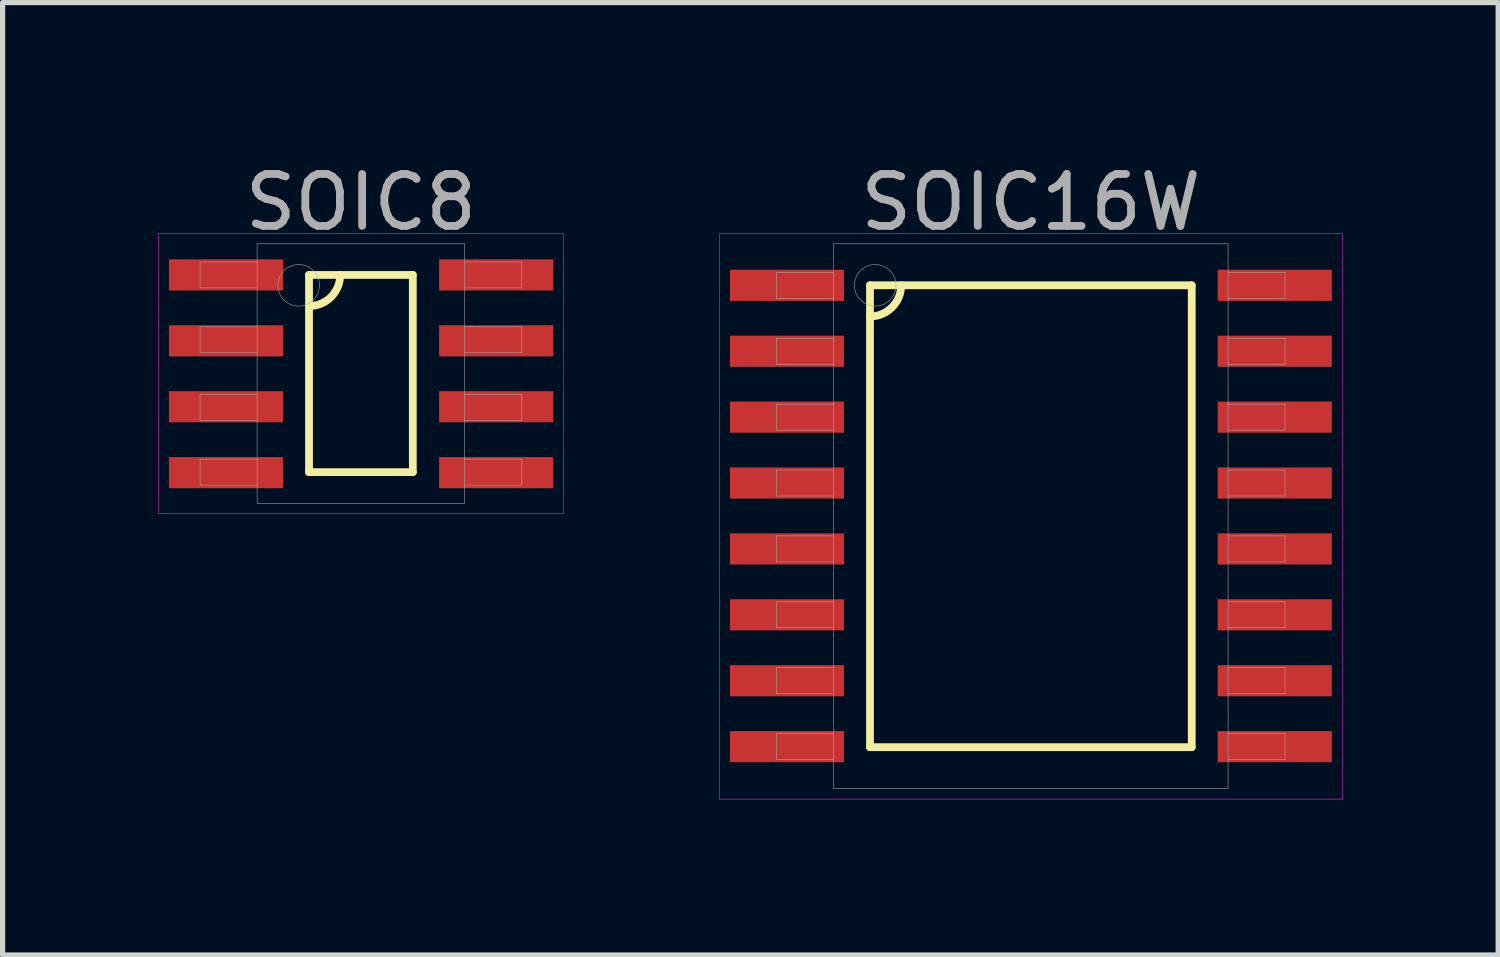
<source format=kicad_pcb>
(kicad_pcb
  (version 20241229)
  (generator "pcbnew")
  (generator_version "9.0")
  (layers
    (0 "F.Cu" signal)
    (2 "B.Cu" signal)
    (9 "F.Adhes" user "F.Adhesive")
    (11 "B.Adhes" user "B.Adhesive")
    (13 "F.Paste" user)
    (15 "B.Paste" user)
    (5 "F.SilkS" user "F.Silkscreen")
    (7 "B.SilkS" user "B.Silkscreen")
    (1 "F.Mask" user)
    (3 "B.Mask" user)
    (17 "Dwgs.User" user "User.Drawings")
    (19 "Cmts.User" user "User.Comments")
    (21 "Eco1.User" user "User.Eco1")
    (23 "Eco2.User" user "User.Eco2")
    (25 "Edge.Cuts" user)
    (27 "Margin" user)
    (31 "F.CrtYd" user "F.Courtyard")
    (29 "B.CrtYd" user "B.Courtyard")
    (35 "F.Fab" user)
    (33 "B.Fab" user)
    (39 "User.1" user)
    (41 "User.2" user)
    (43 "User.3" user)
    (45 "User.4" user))
  (footprint "SOIC8"
    (layer "F.Cu")
    (at 3.905 4.148)
    (property "Reference" "SOIC8" (at 0 -3.3 0) (layer "F.Fab") (effects (font (size 1 1) (thickness 0.15))))
    (attr through_hole)
    (fp_line (start -1 -1.9) (end -1 1.9) (stroke (width 0.15) (type solid)) (layer "F.SilkS"))
    (fp_line (start 1 -1.9) (end -1 -1.9) (stroke (width 0.15) (type solid)) (layer "F.SilkS"))
    (fp_line (start 1 -1.9) (end 1 1.9) (stroke (width 0.15) (type solid)) (layer "F.SilkS"))
    (fp_line (start 1 1.9) (end -1 1.9) (stroke (width 0.15) (type solid)) (layer "F.SilkS"))
    (fp_arc (start -0.4 -1.9) (mid -0.575736 -1.475736) (end -1 -1.3) (stroke (width 0.15) (type solid)) (layer "F.SilkS"))
    (fp_line (start -3.9 -2.7) (end -3.9 2.7) (stroke (width 0.01) (type solid)) (layer "F.CrtYd"))
    (fp_line (start -3.9 -2.7) (end 3.9 -2.7) (stroke (width 0.01) (type solid)) (layer "F.CrtYd"))
    (fp_line (start 3.9 -2.7) (end 3.9 2.7) (stroke (width 0.01) (type solid)) (layer "F.CrtYd"))
    (fp_line (start 3.9 2.7) (end -3.9 2.7) (stroke (width 0.01) (type solid)) (layer "F.CrtYd"))
    (fp_line (start -3.1 -2.15) (end -3.1 -1.65) (stroke (width 0.01) (type solid)) (layer "F.Fab"))
    (fp_line (start -3.1 -1.65) (end -2 -1.65) (stroke (width 0.01) (type solid)) (layer "F.Fab"))
    (fp_line (start -3.1 -0.9) (end -3.1 -0.4) (stroke (width 0.01) (type solid)) (layer "F.Fab"))
    (fp_line (start -3.1 -0.4) (end -2 -0.4) (stroke (width 0.01) (type solid)) (layer "F.Fab"))
    (fp_line (start -3.1 0.4) (end -3.1 0.9) (stroke (width 0.01) (type solid)) (layer "F.Fab"))
    (fp_line (start -3.1 0.9) (end -2 0.9) (stroke (width 0.01) (type solid)) (layer "F.Fab"))
    (fp_line (start -3.1 1.65) (end -3.1 2.15) (stroke (width 0.01) (type solid)) (layer "F.Fab"))
    (fp_line (start -3.1 2.15) (end -2 2.15) (stroke (width 0.01) (type solid)) (layer "F.Fab"))
    (fp_line (start -2 -2.5) (end -2 2.5) (stroke (width 0.01) (type solid)) (layer "F.Fab"))
    (fp_line (start -2 -2.15) (end -3.1 -2.15) (stroke (width 0.01) (type solid)) (layer "F.Fab"))
    (fp_line (start -2 -0.9) (end -3.1 -0.9) (stroke (width 0.01) (type solid)) (layer "F.Fab"))
    (fp_line (start -2 0.4) (end -3.1 0.4) (stroke (width 0.01) (type solid)) (layer "F.Fab"))
    (fp_line (start -2 1.65) (end -3.1 1.65) (stroke (width 0.01) (type solid)) (layer "F.Fab"))
    (fp_line (start -2 2.5) (end 2 2.5) (stroke (width 0.01) (type solid)) (layer "F.Fab"))
    (fp_line (start 2 -2.5) (end -2 -2.5) (stroke (width 0.01) (type solid)) (layer "F.Fab"))
    (fp_line (start 2 -1.65) (end 3.1 -1.65) (stroke (width 0.01) (type solid)) (layer "F.Fab"))
    (fp_line (start 2 -0.4) (end 3.1 -0.4) (stroke (width 0.01) (type solid)) (layer "F.Fab"))
    (fp_line (start 2 0.9) (end 3.1 0.9) (stroke (width 0.01) (type solid)) (layer "F.Fab"))
    (fp_line (start 2 2.15) (end 3.1 2.15) (stroke (width 0.01) (type solid)) (layer "F.Fab"))
    (fp_line (start 2 2.5) (end 2 -2.5) (stroke (width 0.01) (type solid)) (layer "F.Fab"))
    (fp_line (start 3.1 -2.15) (end 2 -2.15) (stroke (width 0.01) (type solid)) (layer "F.Fab"))
    (fp_line (start 3.1 -1.65) (end 3.1 -2.15) (stroke (width 0.01) (type solid)) (layer "F.Fab"))
    (fp_line (start 3.1 -0.9) (end 2 -0.9) (stroke (width 0.01) (type solid)) (layer "F.Fab"))
    (fp_line (start 3.1 -0.4) (end 3.1 -0.9) (stroke (width 0.01) (type solid)) (layer "F.Fab"))
    (fp_line (start 3.1 0.4) (end 2 0.4) (stroke (width 0.01) (type solid)) (layer "F.Fab"))
    (fp_line (start 3.1 0.9) (end 3.1 0.4) (stroke (width 0.01) (type solid)) (layer "F.Fab"))
    (fp_line (start 3.1 1.65) (end 2 1.65) (stroke (width 0.01) (type solid)) (layer "F.Fab"))
    (fp_line (start 3.1 2.15) (end 3.1 1.65) (stroke (width 0.01) (type solid)) (layer "F.Fab"))
    (fp_circle (center -1.2 -1.7) (end -1.6 -1.7) (stroke (width 0.01) (type solid)) (fill no) (layer "F.Fab"))
    (pad "1" smd rect (at -2.6 -1.9) (size 2.2 0.6) (layers "F.Cu" "F.Mask" "F.Paste"))
    (pad "2" smd rect (at -2.6 -0.63) (size 2.2 0.6) (layers "F.Cu" "F.Mask" "F.Paste"))
    (pad "3" smd rect (at -2.6 0.64) (size 2.2 0.6) (layers "F.Cu" "F.Mask" "F.Paste"))
    (pad "4" smd rect (at -2.6 1.91) (size 2.2 0.6) (layers "F.Cu" "F.Mask" "F.Paste"))
    (pad "5" smd rect (at 2.607 1.91) (size 2.2 0.6) (layers "F.Cu" "F.Mask" "F.Paste"))
    (pad "6" smd rect (at 2.607 0.64) (size 2.2 0.6) (layers "F.Cu" "F.Mask" "F.Paste"))
    (pad "7" smd rect (at 2.607 -0.63) (size 2.2 0.6) (layers "F.Cu" "F.Mask" "F.Paste"))
    (pad "8" smd rect (at 2.607 -1.9) (size 2.2 0.6) (layers "F.Cu" "F.Mask" "F.Paste")))
  (footprint "SOIC16W"
    (layer "F.Cu")
    (at 16.815 6.898)
    (property "Reference" "SOIC16W" (at 0 -6.05 0) (layer "F.Fab") (effects (font (size 1 1) (thickness 0.15))))
    (attr through_hole)
    (fp_line (start -3.1 -4.45) (end 3.1 -4.45) (stroke (width 0.15) (type solid)) (layer "F.SilkS"))
    (fp_line (start -3.1 4.45) (end -3.1 -4.45) (stroke (width 0.15) (type solid)) (layer "F.SilkS"))
    (fp_line (start 3.1 -4.45) (end 3.1 4.45) (stroke (width 0.15) (type solid)) (layer "F.SilkS"))
    (fp_line (start 3.1 4.45) (end -3.1 4.45) (stroke (width 0.15) (type solid)) (layer "F.SilkS"))
    (fp_arc (start -2.5 -4.45) (mid -2.675736 -4.025736) (end -3.1 -3.85) (stroke (width 0.15) (type solid)) (layer "F.SilkS"))
    (fp_line (start -6 -5.45) (end 6 -5.45) (stroke (width 0.01) (type solid)) (layer "F.CrtYd"))
    (fp_line (start -6 5.45) (end -6 -5.45) (stroke (width 0.01) (type solid)) (layer "F.CrtYd"))
    (fp_line (start 6 -5.45) (end 6 5.45) (stroke (width 0.01) (type solid)) (layer "F.CrtYd"))
    (fp_line (start 6 5.45) (end -6 5.45) (stroke (width 0.01) (type solid)) (layer "F.CrtYd"))
    (fp_line (start -4.9 -4.7) (end -4.9 -4.2) (stroke (width 0.01) (type solid)) (layer "F.Fab"))
    (fp_line (start -4.9 -4.2) (end -3.8 -4.2) (stroke (width 0.01) (type solid)) (layer "F.Fab"))
    (fp_line (start -4.9 -3.43) (end -4.9 -2.93) (stroke (width 0.01) (type solid)) (layer "F.Fab"))
    (fp_line (start -4.9 -2.93) (end -3.8 -2.93) (stroke (width 0.01) (type solid)) (layer "F.Fab"))
    (fp_line (start -4.9 -2.16) (end -4.9 -1.66) (stroke (width 0.01) (type solid)) (layer "F.Fab"))
    (fp_line (start -4.9 -1.66) (end -3.8 -1.66) (stroke (width 0.01) (type solid)) (layer "F.Fab"))
    (fp_line (start -4.9 -0.89) (end -4.9 -0.39) (stroke (width 0.01) (type solid)) (layer "F.Fab"))
    (fp_line (start -4.9 -0.39) (end -3.8 -0.39) (stroke (width 0.01) (type solid)) (layer "F.Fab"))
    (fp_line (start -4.9 0.38) (end -4.9 0.88) (stroke (width 0.01) (type solid)) (layer "F.Fab"))
    (fp_line (start -4.9 0.88) (end -3.8 0.88) (stroke (width 0.01) (type solid)) (layer "F.Fab"))
    (fp_line (start -4.9 1.65) (end -4.9 2.15) (stroke (width 0.01) (type solid)) (layer "F.Fab"))
    (fp_line (start -4.9 2.15) (end -3.8 2.15) (stroke (width 0.01) (type solid)) (layer "F.Fab"))
    (fp_line (start -4.9 2.92) (end -4.9 3.42) (stroke (width 0.01) (type solid)) (layer "F.Fab"))
    (fp_line (start -4.9 3.42) (end -3.8 3.42) (stroke (width 0.01) (type solid)) (layer "F.Fab"))
    (fp_line (start -4.9 4.19) (end -4.9 4.69) (stroke (width 0.01) (type solid)) (layer "F.Fab"))
    (fp_line (start -4.9 4.69) (end -3.8 4.69) (stroke (width 0.01) (type solid)) (layer "F.Fab"))
    (fp_line (start -3.8 -5.25) (end -3.8 5.25) (stroke (width 0.01) (type solid)) (layer "F.Fab"))
    (fp_line (start -3.8 -4.7) (end -4.9 -4.7) (stroke (width 0.01) (type solid)) (layer "F.Fab"))
    (fp_line (start -3.8 -3.43) (end -4.9 -3.43) (stroke (width 0.01) (type solid)) (layer "F.Fab"))
    (fp_line (start -3.8 -2.16) (end -4.9 -2.16) (stroke (width 0.01) (type solid)) (layer "F.Fab"))
    (fp_line (start -3.8 -0.89) (end -4.9 -0.89) (stroke (width 0.01) (type solid)) (layer "F.Fab"))
    (fp_line (start -3.8 0.38) (end -4.9 0.38) (stroke (width 0.01) (type solid)) (layer "F.Fab"))
    (fp_line (start -3.8 1.65) (end -4.9 1.65) (stroke (width 0.01) (type solid)) (layer "F.Fab"))
    (fp_line (start -3.8 2.92) (end -4.9 2.92) (stroke (width 0.01) (type solid)) (layer "F.Fab"))
    (fp_line (start -3.8 4.19) (end -4.9 4.19) (stroke (width 0.01) (type solid)) (layer "F.Fab"))
    (fp_line (start -3.8 5.25) (end 3.8 5.25) (stroke (width 0.01) (type solid)) (layer "F.Fab"))
    (fp_line (start 3.798 -4.2) (end 4.898 -4.2) (stroke (width 0.01) (type solid)) (layer "F.Fab"))
    (fp_line (start 3.798 -2.93) (end 4.898 -2.93) (stroke (width 0.01) (type solid)) (layer "F.Fab"))
    (fp_line (start 3.798 -1.66) (end 4.898 -1.66) (stroke (width 0.01) (type solid)) (layer "F.Fab"))
    (fp_line (start 3.798 -0.39) (end 4.898 -0.39) (stroke (width 0.01) (type solid)) (layer "F.Fab"))
    (fp_line (start 3.798 0.88) (end 4.898 0.88) (stroke (width 0.01) (type solid)) (layer "F.Fab"))
    (fp_line (start 3.798 2.15) (end 4.898 2.15) (stroke (width 0.01) (type solid)) (layer "F.Fab"))
    (fp_line (start 3.798 3.42) (end 4.898 3.42) (stroke (width 0.01) (type solid)) (layer "F.Fab"))
    (fp_line (start 3.798 4.69) (end 4.898 4.69) (stroke (width 0.01) (type solid)) (layer "F.Fab"))
    (fp_line (start 3.8 -5.25) (end -3.8 -5.25) (stroke (width 0.01) (type solid)) (layer "F.Fab"))
    (fp_line (start 3.8 5.25) (end 3.8 -5.25) (stroke (width 0.01) (type solid)) (layer "F.Fab"))
    (fp_line (start 4.898 -4.7) (end 3.798 -4.7) (stroke (width 0.01) (type solid)) (layer "F.Fab"))
    (fp_line (start 4.898 -4.2) (end 4.898 -4.7) (stroke (width 0.01) (type solid)) (layer "F.Fab"))
    (fp_line (start 4.898 -3.43) (end 3.798 -3.43) (stroke (width 0.01) (type solid)) (layer "F.Fab"))
    (fp_line (start 4.898 -2.93) (end 4.898 -3.43) (stroke (width 0.01) (type solid)) (layer "F.Fab"))
    (fp_line (start 4.898 -2.16) (end 3.798 -2.16) (stroke (width 0.01) (type solid)) (layer "F.Fab"))
    (fp_line (start 4.898 -1.66) (end 4.898 -2.16) (stroke (width 0.01) (type solid)) (layer "F.Fab"))
    (fp_line (start 4.898 -0.89) (end 3.798 -0.89) (stroke (width 0.01) (type solid)) (layer "F.Fab"))
    (fp_line (start 4.898 -0.39) (end 4.898 -0.89) (stroke (width 0.01) (type solid)) (layer "F.Fab"))
    (fp_line (start 4.898 0.38) (end 3.798 0.38) (stroke (width 0.01) (type solid)) (layer "F.Fab"))
    (fp_line (start 4.898 0.88) (end 4.898 0.38) (stroke (width 0.01) (type solid)) (layer "F.Fab"))
    (fp_line (start 4.898 1.65) (end 3.798 1.65) (stroke (width 0.01) (type solid)) (layer "F.Fab"))
    (fp_line (start 4.898 2.15) (end 4.898 1.65) (stroke (width 0.01) (type solid)) (layer "F.Fab"))
    (fp_line (start 4.898 2.92) (end 3.798 2.92) (stroke (width 0.01) (type solid)) (layer "F.Fab"))
    (fp_line (start 4.898 3.42) (end 4.898 2.92) (stroke (width 0.01) (type solid)) (layer "F.Fab"))
    (fp_line (start 4.898 4.19) (end 3.798 4.19) (stroke (width 0.01) (type solid)) (layer "F.Fab"))
    (fp_line (start 4.898 4.69) (end 4.898 4.19) (stroke (width 0.01) (type solid)) (layer "F.Fab"))
    (fp_circle (center -3 -4.45) (end -3 -4.85) (stroke (width 0.01) (type solid)) (fill no) (layer "F.Fab"))
    (pad "1" smd rect (at -4.7 -4.45) (size 2.2 0.6) (layers "F.Cu" "F.Mask" "F.Paste"))
    (pad "2" smd rect (at -4.7 -3.18) (size 2.2 0.6) (layers "F.Cu" "F.Mask" "F.Paste"))
    (pad "3" smd rect (at -4.7 -1.91) (size 2.2 0.6) (layers "F.Cu" "F.Mask" "F.Paste"))
    (pad "4" smd rect (at -4.7 -0.64) (size 2.2 0.6) (layers "F.Cu" "F.Mask" "F.Paste"))
    (pad "5" smd rect (at -4.7 0.63) (size 2.2 0.6) (layers "F.Cu" "F.Mask" "F.Paste"))
    (pad "6" smd rect (at -4.7 1.9) (size 2.2 0.6) (layers "F.Cu" "F.Mask" "F.Paste"))
    (pad "7" smd rect (at -4.7 3.17) (size 2.2 0.6) (layers "F.Cu" "F.Mask" "F.Paste"))
    (pad "8" smd rect (at -4.7 4.44) (size 2.2 0.6) (layers "F.Cu" "F.Mask" "F.Paste"))
    (pad "9" smd rect (at 4.7 4.44) (size 2.2 0.6) (layers "F.Cu" "F.Mask" "F.Paste"))
    (pad "10" smd rect (at 4.7 3.17) (size 2.2 0.6) (layers "F.Cu" "F.Mask" "F.Paste"))
    (pad "11" smd rect (at 4.7 1.9) (size 2.2 0.6) (layers "F.Cu" "F.Mask" "F.Paste"))
    (pad "12" smd rect (at 4.7 0.63) (size 2.2 0.6) (layers "F.Cu" "F.Mask" "F.Paste"))
    (pad "13" smd rect (at 4.7 -0.64) (size 2.2 0.6) (layers "F.Cu" "F.Mask" "F.Paste"))
    (pad "14" smd rect (at 4.7 -1.91) (size 2.2 0.6) (layers "F.Cu" "F.Mask" "F.Paste"))
    (pad "15" smd rect (at 4.7 -3.18) (size 2.2 0.6) (layers "F.Cu" "F.Mask" "F.Paste"))
    (pad "16" smd rect (at 4.7 -4.45) (size 2.2 0.6) (layers "F.Cu" "F.Mask" "F.Paste")))
  (gr_rect
    (start -3 -3)
    (end 25.82 15.353)
    (stroke (width 0.1) (type default))
    (fill no)
    (layer "Edge.Cuts")))
</source>
